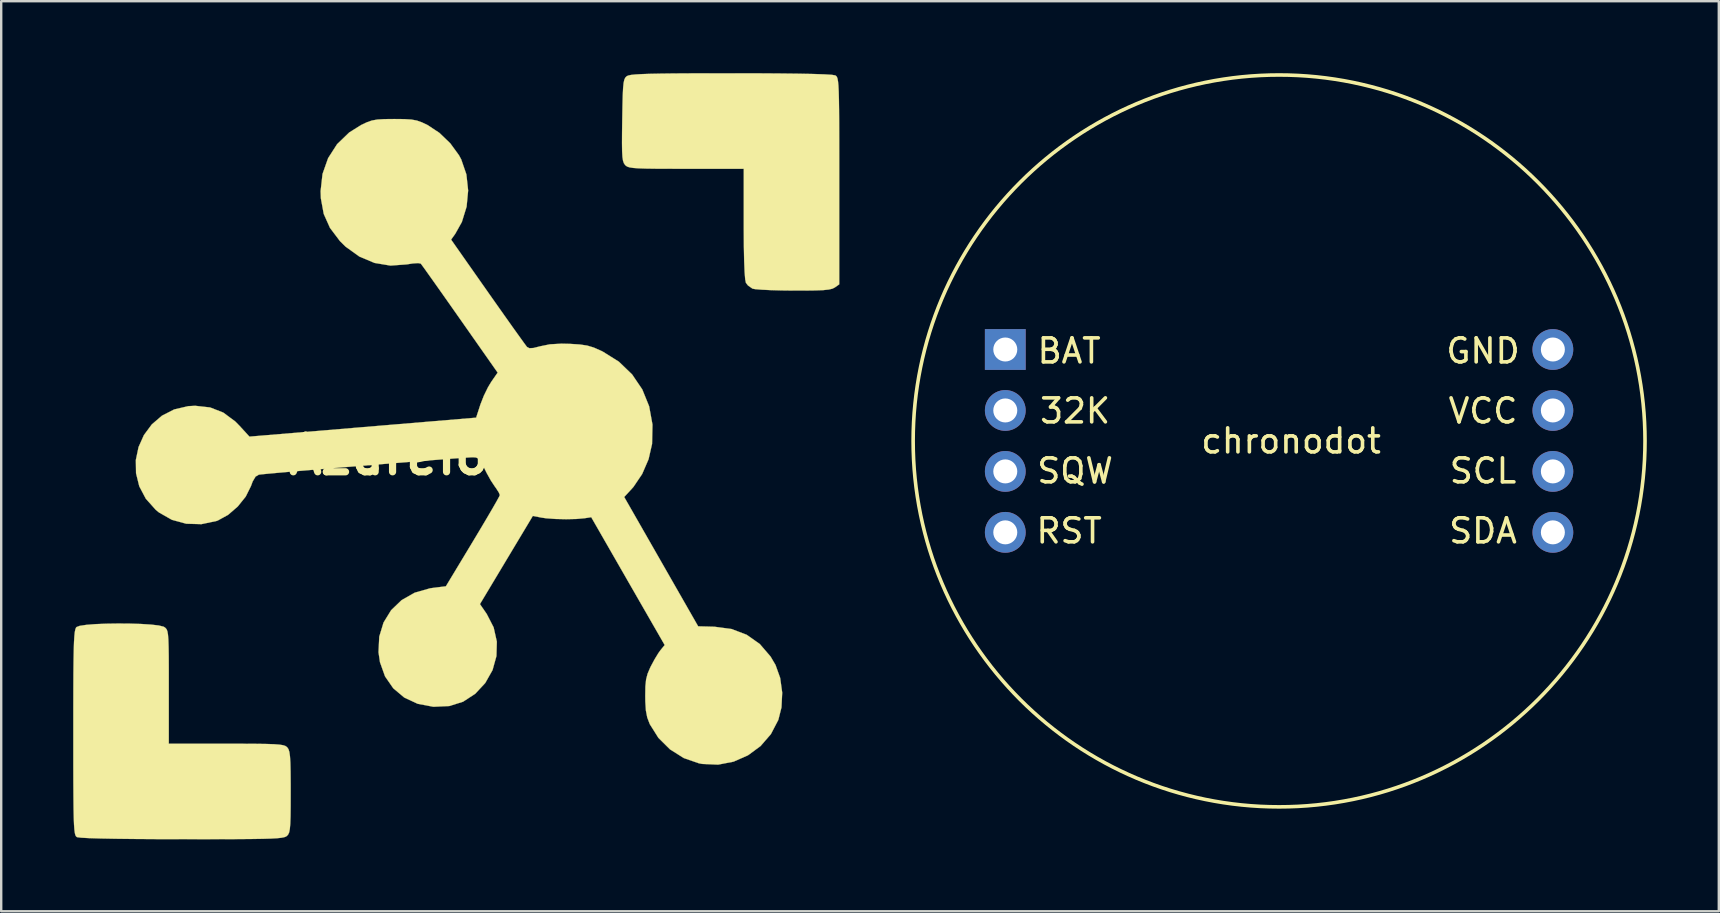
<source format=kicad_pcb>
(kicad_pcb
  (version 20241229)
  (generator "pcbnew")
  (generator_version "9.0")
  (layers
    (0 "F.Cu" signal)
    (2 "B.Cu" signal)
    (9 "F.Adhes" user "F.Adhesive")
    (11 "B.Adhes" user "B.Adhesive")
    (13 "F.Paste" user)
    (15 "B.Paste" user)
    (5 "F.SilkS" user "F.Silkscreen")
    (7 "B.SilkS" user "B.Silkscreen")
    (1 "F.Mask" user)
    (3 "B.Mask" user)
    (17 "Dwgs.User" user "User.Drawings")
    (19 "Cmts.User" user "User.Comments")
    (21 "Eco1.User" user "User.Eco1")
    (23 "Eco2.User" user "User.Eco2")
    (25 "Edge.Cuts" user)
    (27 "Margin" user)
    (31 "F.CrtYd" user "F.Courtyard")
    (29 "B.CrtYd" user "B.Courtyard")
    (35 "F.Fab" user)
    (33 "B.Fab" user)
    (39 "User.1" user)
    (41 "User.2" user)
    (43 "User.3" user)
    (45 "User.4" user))
  (footprint "chronodot"
    (layer "F.Cu")
    (at 50.254 15.325)
    (property "Reference" "chronodot" (at 0.5 0 0) (layer "F.SilkS") (effects (font (size 1 1) (thickness 0.15))))
    (attr through_hole)
    (fp_circle (center 0 0) (end -15.25 0) (stroke (width 0.15) (type solid)) (fill no) (layer "F.SilkS"))
    (fp_text user "SCL" (at 8.5 1.25 0) (layer "F.SilkS") (effects (font (size 1 1) (thickness 0.15))))
    (fp_text user "SQW" (at -8.5 1.25 0) (layer "F.SilkS") (effects (font (size 1 1) (thickness 0.15))))
    (fp_text user "32K" (at -8.5 -1.25 0) (layer "F.SilkS") (effects (font (size 1 1) (thickness 0.15))))
    (fp_text user "RST" (at -8.75 3.75 0) (layer "F.SilkS") (effects (font (size 1 1) (thickness 0.15))))
    (fp_text user "VCC" (at 8.5 -1.25 0) (layer "F.SilkS") (effects (font (size 1 1) (thickness 0.15))))
    (fp_text user "BAT" (at -8.75 -3.75 0) (layer "F.SilkS") (effects (font (size 1 1) (thickness 0.15))))
    (fp_text user "SDA" (at 8.5 3.75 0) (layer "F.SilkS") (effects (font (size 1 1) (thickness 0.15))))
    (fp_text user "GND" (at 8.5 -3.75 0) (layer "F.SilkS") (effects (font (size 1 1) (thickness 0.15))))
    (pad "1" thru_hole rect (at -11.41 -3.81) (size 1.7 1.7) (drill 1) (layers "*.Cu" "*.Mask"))
    (pad "2" thru_hole oval (at 11.41 -3.81) (size 1.7 1.7) (drill 1) (layers "*.Cu" "*.Mask"))
    (pad "3" thru_hole oval (at -11.41 -1.27) (size 1.7 1.7) (drill 1) (layers "*.Cu" "*.Mask"))
    (pad "4" thru_hole oval (at 11.41 -1.27) (size 1.7 1.7) (drill 1) (layers "*.Cu" "*.Mask"))
    (pad "5" thru_hole oval (at -11.41 1.27) (size 1.7 1.7) (drill 1) (layers "*.Cu" "*.Mask"))
    (pad "6" thru_hole oval (at 11.41 1.27) (size 1.7 1.7) (drill 1) (layers "*.Cu" "*.Mask"))
    (pad "7" thru_hole oval (at -11.41 3.81) (size 1.7 1.7) (drill 1) (layers "*.Cu" "*.Mask"))
    (pad "8" thru_hole oval (at 11.41 3.81) (size 1.7 1.7) (drill 1) (layers "*.Cu" "*.Mask")))
  (footprint "AzureIoTHub"
    (layer "F.Cu")
    (at 15.922 15.922)
    (property "Reference" "AzureIoTHub" (at 0 0 0) (layer "F.SilkS") (effects (font (size 1.524 1.524) (thickness 0.3))))
    (attr through_hole)
    (fp_poly (pts (xy 12.575 -15.916) (xy 13.508 -15.91) (xy 14.29 -15.901) (xy 14.918 -15.889) (xy 15.386 -15.873) (xy 15.693 -15.854) (xy 15.835 -15.831) (xy 15.838 -15.83) (xy 15.875 -15.805) (xy 15.906 -15.764) (xy 15.931 -15.693) (xy 15.951 -15.578) (xy 15.968 -15.404) (xy 15.98 -15.159) (xy 15.989 -14.827) (xy 15.995 -14.395) (xy 15.999 -13.85) (xy 16.001 -13.176) (xy 16.002 -12.361) (xy 16.002 -11.432) (xy 16.002 -7.122) (xy 15.814 -6.99) (xy 15.716 -6.941) (xy 15.565 -6.906) (xy 15.338 -6.882) (xy 15.009 -6.869) (xy 14.554 -6.863) (xy 14.099 -6.863) (xy 13.596 -6.869) (xy 13.141 -6.882) (xy 12.766 -6.9) (xy 12.503 -6.922) (xy 12.388 -6.943) (xy 12.199 -7.075) (xy 12.113 -7.186) (xy 12.083 -7.33) (xy 12.059 -7.635) (xy 12.04 -8.091) (xy 12.028 -8.689) (xy 12.023 -9.42) (xy 12.023 -9.646) (xy 12.023 -11.938) (xy 9.623 -11.938) (xy 8.92 -11.939) (xy 8.367 -11.941) (xy 7.944 -11.947) (xy 7.633 -11.958) (xy 7.413 -11.974) (xy 7.265 -11.997) (xy 7.169 -12.028) (xy 7.107 -12.069) (xy 7.078 -12.098) (xy 7.028 -12.169) (xy 6.992 -12.272) (xy 6.968 -12.431) (xy 6.954 -12.669) (xy 6.949 -13.01) (xy 6.952 -13.478) (xy 6.959 -13.968) (xy 6.969 -14.551) (xy 6.98 -14.987) (xy 6.995 -15.301) (xy 7.016 -15.515) (xy 7.046 -15.652) (xy 7.087 -15.737) (xy 7.141 -15.791) (xy 7.149 -15.797) (xy 7.212 -15.825) (xy 7.324 -15.849) (xy 7.501 -15.868) (xy 7.754 -15.883) (xy 8.099 -15.895) (xy 8.547 -15.904) (xy 9.113 -15.911) (xy 9.81 -15.915) (xy 10.651 -15.917) (xy 11.494 -15.917) (xy 12.575 -15.916)) (stroke (width 0.01) (type solid)) (fill yes) (layer "F.SilkS"))
    (fp_poly (pts (xy -13.564 7.016) (xy -13.094 7.031) (xy -12.681 7.057) (xy -12.358 7.094) (xy -12.157 7.143) (xy -12.126 7.159) (xy -12.071 7.201) (xy -12.028 7.255) (xy -11.995 7.34) (xy -11.972 7.475) (xy -11.956 7.68) (xy -11.946 7.974) (xy -11.94 8.377) (xy -11.938 8.909) (xy -11.938 9.589) (xy -11.938 9.657) (xy -11.938 12.023) (xy -9.538 12.023) (xy -8.834 12.023) (xy -8.28 12.026) (xy -7.857 12.032) (xy -7.544 12.043) (xy -7.324 12.06) (xy -7.176 12.083) (xy -7.081 12.114) (xy -7.021 12.155) (xy -6.998 12.178) (xy -6.949 12.251) (xy -6.913 12.366) (xy -6.888 12.545) (xy -6.871 12.812) (xy -6.862 13.189) (xy -6.858 13.7) (xy -6.858 14.027) (xy -6.859 14.609) (xy -6.864 15.046) (xy -6.875 15.36) (xy -6.894 15.575) (xy -6.922 15.716) (xy -6.962 15.804) (xy -7.013 15.862) (xy -7.061 15.894) (xy -7.137 15.92) (xy -7.255 15.942) (xy -7.431 15.96) (xy -7.677 15.974) (xy -8.008 15.984) (xy -8.439 15.991) (xy -8.982 15.996) (xy -9.653 15.999) (xy -10.466 16) (xy -11.394 15.999) (xy -12.455 15.997) (xy -13.378 15.991) (xy -14.159 15.982) (xy -14.792 15.97) (xy -15.273 15.955) (xy -15.596 15.937) (xy -15.756 15.916) (xy -15.769 15.911) (xy -15.803 15.882) (xy -15.831 15.83) (xy -15.854 15.739) (xy -15.872 15.597) (xy -15.887 15.389) (xy -15.898 15.1) (xy -15.906 14.719) (xy -15.911 14.229) (xy -15.915 13.617) (xy -15.917 12.87) (xy -15.917 11.974) (xy -15.917 11.559) (xy -15.917 10.588) (xy -15.915 9.774) (xy -15.912 9.1) (xy -15.906 8.555) (xy -15.898 8.123) (xy -15.888 7.792) (xy -15.873 7.547) (xy -15.856 7.374) (xy -15.833 7.26) (xy -15.807 7.191) (xy -15.784 7.16) (xy -15.648 7.109) (xy -15.375 7.068) (xy -14.998 7.038) (xy -14.549 7.02) (xy -14.06 7.013) (xy -13.564 7.016)) (stroke (width 0.01) (type solid)) (fill yes) (layer "F.SilkS"))
    (fp_poly (pts (xy -2.126 -14.008) (xy -1.831 -13.99) (xy -1.604 -13.949) (xy -1.396 -13.876) (xy -1.156 -13.762) (xy -0.663 -13.437) (xy -0.207 -12.999) (xy 0.155 -12.503) (xy 0.25 -12.327) (xy 0.464 -11.703) (xy 0.537 -11.033) (xy 0.473 -10.359) (xy 0.276 -9.721) (xy 0.00047 -9.229) (xy -0.173 -8.986) (xy 1.361 -6.8) (xy 1.742 -6.259) (xy 2.094 -5.761) (xy 2.405 -5.322) (xy 2.664 -4.961) (xy 2.856 -4.694) (xy 2.97 -4.54) (xy 2.993 -4.512) (xy 3.091 -4.461) (xy 3.259 -4.47) (xy 3.542 -4.541) (xy 3.546 -4.542) (xy 3.943 -4.623) (xy 4.427 -4.65) (xy 4.782 -4.642) (xy 5.193 -4.616) (xy 5.501 -4.57) (xy 5.774 -4.488) (xy 6.077 -4.354) (xy 6.147 -4.32) (xy 6.818 -3.9) (xy 7.37 -3.369) (xy 7.794 -2.744) (xy 8.08 -2.041) (xy 8.219 -1.28) (xy 8.202 -0.475) (xy 8.202 -0.472) (xy 8.056 0.166) (xy 7.789 0.783) (xy 7.429 1.316) (xy 7.358 1.396) (xy 7.041 1.74) (xy 10.123 7.129) (xy 10.798 7.146) (xy 11.513 7.241) (xy 12.147 7.482) (xy 12.691 7.866) (xy 13.14 8.388) (xy 13.347 8.739) (xy 13.541 9.281) (xy 13.625 9.891) (xy 13.595 10.508) (xy 13.464 11.028) (xy 13.154 11.622) (xy 12.723 12.119) (xy 12.196 12.506) (xy 11.598 12.769) (xy 10.955 12.893) (xy 10.292 12.864) (xy 10.158 12.839) (xy 9.523 12.619) (xy 8.949 12.257) (xy 8.467 11.779) (xy 8.109 11.209) (xy 8.099 11.186) (xy 8.001 10.928) (xy 7.945 10.64) (xy 7.921 10.268) (xy 7.918 10.033) (xy 7.924 9.635) (xy 7.953 9.347) (xy 8.014 9.108) (xy 8.12 8.859) (xy 8.146 8.805) (xy 8.302 8.513) (xy 8.461 8.251) (xy 8.552 8.124) (xy 8.728 7.909) (xy 7.197 5.246) (xy 5.667 2.582) (xy 5.395 2.624) (xy 5.054 2.655) (xy 4.625 2.665) (xy 4.177 2.655) (xy 3.782 2.626) (xy 3.585 2.597) (xy 3.233 2.528) (xy 2.131 4.365) (xy 1.029 6.203) (xy 1.313 6.616) (xy 1.6 7.174) (xy 1.733 7.767) (xy 1.716 8.369) (xy 1.554 8.953) (xy 1.249 9.493) (xy 0.835 9.938) (xy 0.326 10.271) (xy -0.248 10.451) (xy -0.896 10.481) (xy -0.921 10.48) (xy -1.568 10.357) (xy -2.127 10.096) (xy -2.584 9.711) (xy -2.926 9.216) (xy -3.137 8.625) (xy -3.198 8.211) (xy -3.167 7.559) (xy -2.987 6.968) (xy -2.671 6.455) (xy -2.234 6.036) (xy -1.688 5.727) (xy -1.049 5.545) (xy -0.923 5.527) (xy -0.391 5.461) (xy 0.733 3.598) (xy 1.037 3.091) (xy 1.31 2.631) (xy 1.541 2.237) (xy 1.717 1.93) (xy 1.827 1.73) (xy 1.859 1.659) (xy 1.814 1.549) (xy 1.697 1.367) (xy 1.646 1.298) (xy 1.486 1.056) (xy 1.311 0.743) (xy 1.216 0.549) (xy 1.088 0.288) (xy 0.983 0.149) (xy 0.863 0.093) (xy 0.735 0.083) (xy 0.593 0.09) (xy 0.305 0.109) (xy -0.111 0.139) (xy -0.634 0.179) (xy -1.244 0.226) (xy -1.922 0.279) (xy -2.648 0.337) (xy -3.401 0.398) (xy -4.164 0.46) (xy -4.914 0.521) (xy -5.634 0.581) (xy -6.302 0.637) (xy -6.9 0.688) (xy -7.407 0.733) (xy -7.803 0.769) (xy -8.07 0.795) (xy -8.185 0.809) (xy -8.322 0.89) (xy -8.442 1.092) (xy -8.515 1.288) (xy -8.731 1.722) (xy -9.064 2.136) (xy -9.468 2.485) (xy -9.895 2.719) (xy -9.943 2.737) (xy -10.577 2.871) (xy -11.21 2.854) (xy -11.81 2.69) (xy -12.346 2.385) (xy -12.479 2.277) (xy -12.896 1.811) (xy -13.168 1.295) (xy -13.303 0.749) (xy -13.311 0.197) (xy -13.198 -0.341) (xy -12.974 -0.842) (xy -12.646 -1.285) (xy -12.224 -1.648) (xy -11.714 -1.909) (xy -11.126 -2.046) (xy -10.837 -2.061) (xy -10.216 -1.992) (xy -9.667 -1.778) (xy -9.17 -1.41) (xy -8.986 -1.223) (xy -8.577 -0.776) (xy -3.853 -1.171) (xy 0.87 -1.566) (xy 1.049 -2.117) (xy 1.19 -2.477) (xy 1.366 -2.837) (xy 1.498 -3.056) (xy 1.767 -3.444) (xy 0.198 -5.68) (xy -0.185 -6.225) (xy -0.538 -6.727) (xy -0.849 -7.167) (xy -1.107 -7.53) (xy -1.298 -7.798) (xy -1.412 -7.954) (xy -1.437 -7.986) (xy -1.549 -8.008) (xy -1.773 -7.993) (xy -2.021 -7.954) (xy -2.701 -7.904) (xy -3.366 -8.015) (xy -3.996 -8.28) (xy -4.569 -8.692) (xy -4.807 -8.927) (xy -5.221 -9.476) (xy -5.481 -10.057) (xy -5.6 -10.706) (xy -5.611 -11.007) (xy -5.531 -11.724) (xy -5.298 -12.383) (xy -4.924 -12.965) (xy -4.42 -13.451) (xy -3.924 -13.762) (xy -3.684 -13.876) (xy -3.476 -13.949) (xy -3.249 -13.99) (xy -2.954 -14.008) (xy -2.541 -14.012) (xy -2.54 -14.012) (xy -2.126 -14.008)) (stroke (width 0.01) (type solid)) (fill yes) (layer "F.SilkS")))
  (gr_rect
    (start -3 -3)
    (end 68.579 34.927)
    (stroke (width 0.1) (type default))
    (fill no)
    (layer "Edge.Cuts")))
</source>
